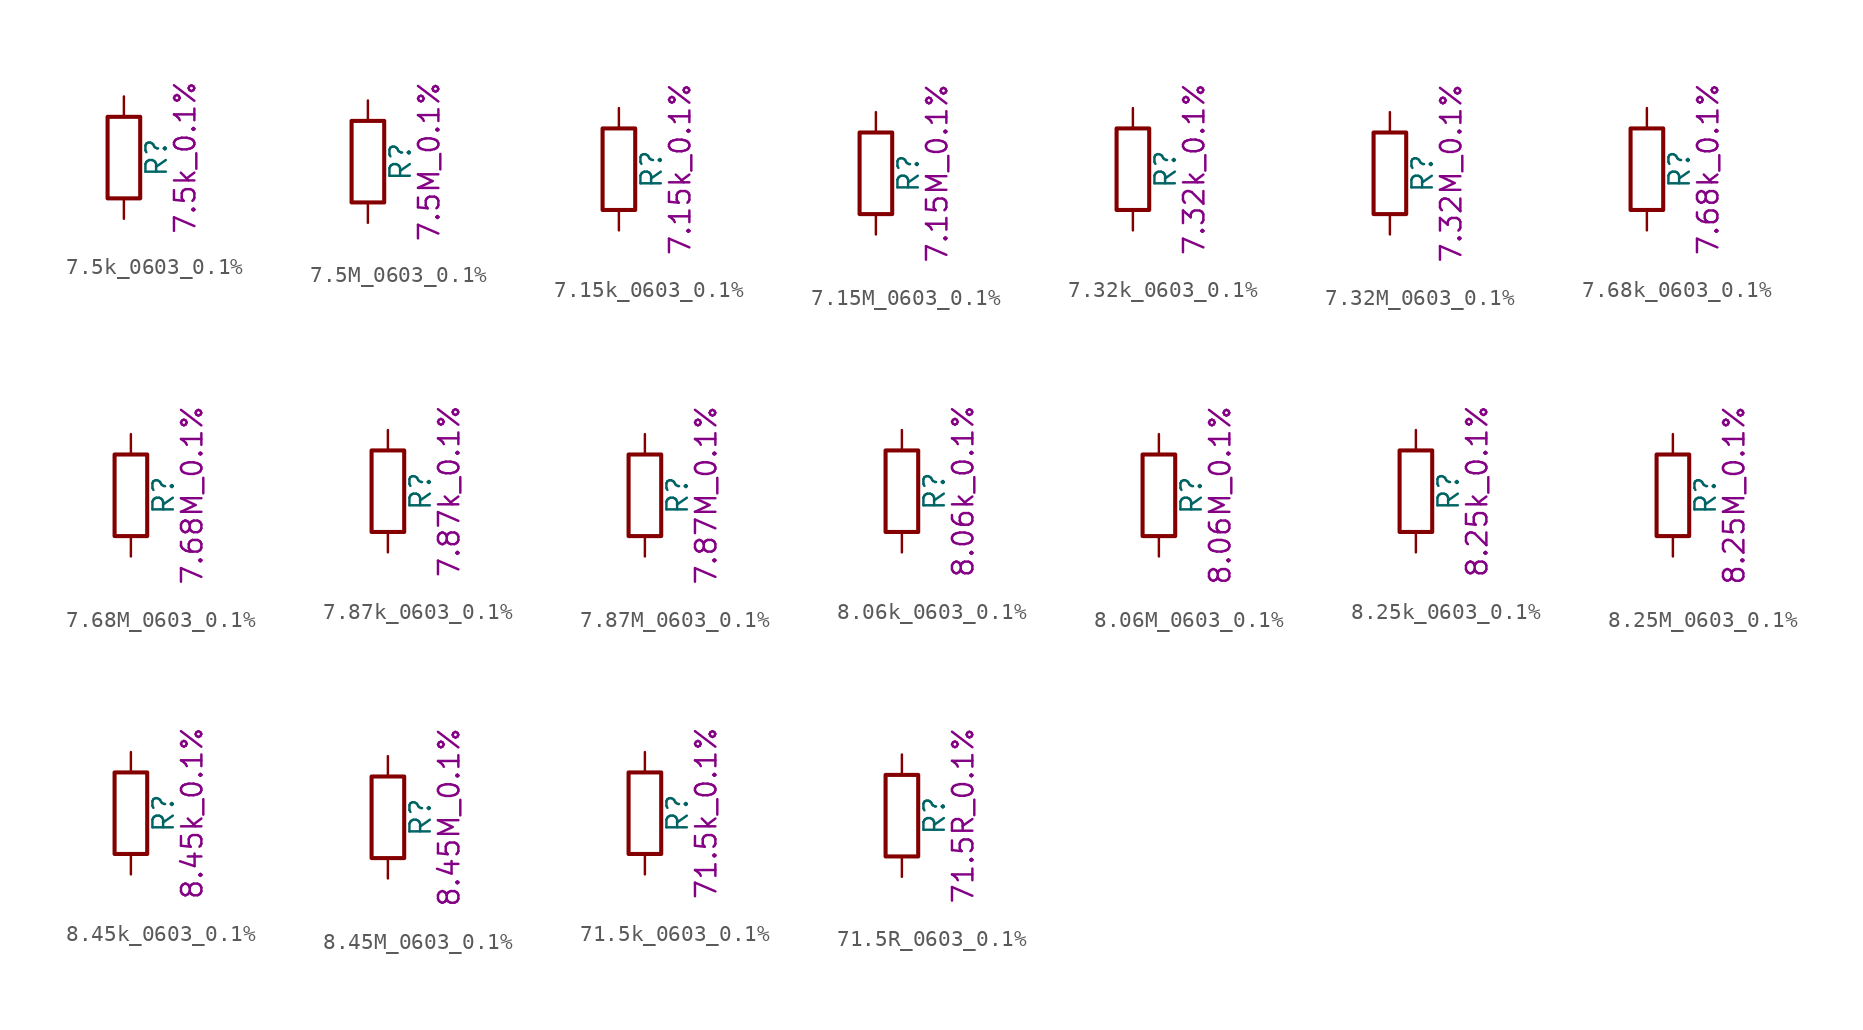
<source format=kicad_sym>
(kicad_symbol_lib
  (version 20211014)
  (generator kicad_symbol_editor)
  (symbol "7.5k_0603_0.1%"
    (pin_numbers hide)
    (pin_names
      (offset 0))
    (property "Reference" "R"
      (at 2.032 0 90)
      (effects (font (size 1.27 1.27))))
    (property "Display" "7.5k_0.1%"
      (at 3.81 0 90)
      (effects (font (size 1.27 1.27))))
    (symbol "7.5k_0603_0.1%_0_1"
      (rectangle (start -1.016 -2.54) (end 1.016 2.54) (stroke (width 0.254) (type default) (color 0 0 0 0)) (fill (type none))))
    (symbol "7.5k_0603_0.1%_1_1"
      (pin passive line (at 0 3.81 270) (length 1.27) (name "~" (effects (font (size 1.27 1.27)))) (number "1" (effects (font (size 1.27 1.27)))))
      (pin passive line (at 0 -3.81 90) (length 1.27) (name "~" (effects (font (size 1.27 1.27)))) (number "2" (effects (font (size 1.27 1.27)))))))
  (symbol "7.5M_0603_0.1%"
    (pin_numbers hide)
    (pin_names
      (offset 0))
    (property "Reference" "R"
      (at 2.032 0 90)
      (effects (font (size 1.27 1.27))))
    (property "Display" "7.5M_0.1%"
      (at 3.81 0 90)
      (effects (font (size 1.27 1.27))))
    (symbol "7.5M_0603_0.1%_0_1"
      (rectangle (start -1.016 -2.54) (end 1.016 2.54) (stroke (width 0.254) (type default) (color 0 0 0 0)) (fill (type none))))
    (symbol "7.5M_0603_0.1%_1_1"
      (pin passive line (at 0 3.81 270) (length 1.27) (name "~" (effects (font (size 1.27 1.27)))) (number "1" (effects (font (size 1.27 1.27)))))
      (pin passive line (at 0 -3.81 90) (length 1.27) (name "~" (effects (font (size 1.27 1.27)))) (number "2" (effects (font (size 1.27 1.27)))))))
  (symbol "7.15k_0603_0.1%"
    (pin_numbers hide)
    (pin_names
      (offset 0))
    (property "Reference" "R"
      (at 2.032 0 90)
      (effects (font (size 1.27 1.27))))
    (property "Display" "7.15k_0.1%"
      (at 3.81 0 90)
      (effects (font (size 1.27 1.27))))
    (symbol "7.15k_0603_0.1%_0_1"
      (rectangle (start -1.016 -2.54) (end 1.016 2.54) (stroke (width 0.254) (type default) (color 0 0 0 0)) (fill (type none))))
    (symbol "7.15k_0603_0.1%_1_1"
      (pin passive line (at 0 3.81 270) (length 1.27) (name "~" (effects (font (size 1.27 1.27)))) (number "1" (effects (font (size 1.27 1.27)))))
      (pin passive line (at 0 -3.81 90) (length 1.27) (name "~" (effects (font (size 1.27 1.27)))) (number "2" (effects (font (size 1.27 1.27)))))))
  (symbol "7.15M_0603_0.1%"
    (pin_numbers hide)
    (pin_names
      (offset 0))
    (property "Reference" "R"
      (at 2.032 0 90)
      (effects (font (size 1.27 1.27))))
    (property "Display" "7.15M_0.1%"
      (at 3.81 0 90)
      (effects (font (size 1.27 1.27))))
    (symbol "7.15M_0603_0.1%_0_1"
      (rectangle (start -1.016 -2.54) (end 1.016 2.54) (stroke (width 0.254) (type default) (color 0 0 0 0)) (fill (type none))))
    (symbol "7.15M_0603_0.1%_1_1"
      (pin passive line (at 0 3.81 270) (length 1.27) (name "~" (effects (font (size 1.27 1.27)))) (number "1" (effects (font (size 1.27 1.27)))))
      (pin passive line (at 0 -3.81 90) (length 1.27) (name "~" (effects (font (size 1.27 1.27)))) (number "2" (effects (font (size 1.27 1.27)))))))
  (symbol "7.32k_0603_0.1%"
    (pin_numbers hide)
    (pin_names
      (offset 0))
    (property "Reference" "R"
      (at 2.032 0 90)
      (effects (font (size 1.27 1.27))))
    (property "Display" "7.32k_0.1%"
      (at 3.81 0 90)
      (effects (font (size 1.27 1.27))))
    (symbol "7.32k_0603_0.1%_0_1"
      (rectangle (start -1.016 -2.54) (end 1.016 2.54) (stroke (width 0.254) (type default) (color 0 0 0 0)) (fill (type none))))
    (symbol "7.32k_0603_0.1%_1_1"
      (pin passive line (at 0 3.81 270) (length 1.27) (name "~" (effects (font (size 1.27 1.27)))) (number "1" (effects (font (size 1.27 1.27)))))
      (pin passive line (at 0 -3.81 90) (length 1.27) (name "~" (effects (font (size 1.27 1.27)))) (number "2" (effects (font (size 1.27 1.27)))))))
  (symbol "7.32M_0603_0.1%"
    (pin_numbers hide)
    (pin_names
      (offset 0))
    (property "Reference" "R"
      (at 2.032 0 90)
      (effects (font (size 1.27 1.27))))
    (property "Display" "7.32M_0.1%"
      (at 3.81 0 90)
      (effects (font (size 1.27 1.27))))
    (symbol "7.32M_0603_0.1%_0_1"
      (rectangle (start -1.016 -2.54) (end 1.016 2.54) (stroke (width 0.254) (type default) (color 0 0 0 0)) (fill (type none))))
    (symbol "7.32M_0603_0.1%_1_1"
      (pin passive line (at 0 3.81 270) (length 1.27) (name "~" (effects (font (size 1.27 1.27)))) (number "1" (effects (font (size 1.27 1.27)))))
      (pin passive line (at 0 -3.81 90) (length 1.27) (name "~" (effects (font (size 1.27 1.27)))) (number "2" (effects (font (size 1.27 1.27)))))))
  (symbol "7.68k_0603_0.1%"
    (pin_numbers hide)
    (pin_names
      (offset 0))
    (property "Reference" "R"
      (at 2.032 0 90)
      (effects (font (size 1.27 1.27))))
    (property "Display" "7.68k_0.1%"
      (at 3.81 0 90)
      (effects (font (size 1.27 1.27))))
    (symbol "7.68k_0603_0.1%_0_1"
      (rectangle (start -1.016 -2.54) (end 1.016 2.54) (stroke (width 0.254) (type default) (color 0 0 0 0)) (fill (type none))))
    (symbol "7.68k_0603_0.1%_1_1"
      (pin passive line (at 0 3.81 270) (length 1.27) (name "~" (effects (font (size 1.27 1.27)))) (number "1" (effects (font (size 1.27 1.27)))))
      (pin passive line (at 0 -3.81 90) (length 1.27) (name "~" (effects (font (size 1.27 1.27)))) (number "2" (effects (font (size 1.27 1.27)))))))
  (symbol "7.68M_0603_0.1%"
    (pin_numbers hide)
    (pin_names
      (offset 0))
    (property "Reference" "R"
      (at 2.032 0 90)
      (effects (font (size 1.27 1.27))))
    (property "Display" "7.68M_0.1%"
      (at 3.81 0 90)
      (effects (font (size 1.27 1.27))))
    (symbol "7.68M_0603_0.1%_0_1"
      (rectangle (start -1.016 -2.54) (end 1.016 2.54) (stroke (width 0.254) (type default) (color 0 0 0 0)) (fill (type none))))
    (symbol "7.68M_0603_0.1%_1_1"
      (pin passive line (at 0 3.81 270) (length 1.27) (name "~" (effects (font (size 1.27 1.27)))) (number "1" (effects (font (size 1.27 1.27)))))
      (pin passive line (at 0 -3.81 90) (length 1.27) (name "~" (effects (font (size 1.27 1.27)))) (number "2" (effects (font (size 1.27 1.27)))))))
  (symbol "7.87k_0603_0.1%"
    (pin_numbers hide)
    (pin_names
      (offset 0))
    (property "Reference" "R"
      (at 2.032 0 90)
      (effects (font (size 1.27 1.27))))
    (property "Display" "7.87k_0.1%"
      (at 3.81 0 90)
      (effects (font (size 1.27 1.27))))
    (symbol "7.87k_0603_0.1%_0_1"
      (rectangle (start -1.016 -2.54) (end 1.016 2.54) (stroke (width 0.254) (type default) (color 0 0 0 0)) (fill (type none))))
    (symbol "7.87k_0603_0.1%_1_1"
      (pin passive line (at 0 3.81 270) (length 1.27) (name "~" (effects (font (size 1.27 1.27)))) (number "1" (effects (font (size 1.27 1.27)))))
      (pin passive line (at 0 -3.81 90) (length 1.27) (name "~" (effects (font (size 1.27 1.27)))) (number "2" (effects (font (size 1.27 1.27)))))))
  (symbol "7.87M_0603_0.1%"
    (pin_numbers hide)
    (pin_names
      (offset 0))
    (property "Reference" "R"
      (at 2.032 0 90)
      (effects (font (size 1.27 1.27))))
    (property "Display" "7.87M_0.1%"
      (at 3.81 0 90)
      (effects (font (size 1.27 1.27))))
    (symbol "7.87M_0603_0.1%_0_1"
      (rectangle (start -1.016 -2.54) (end 1.016 2.54) (stroke (width 0.254) (type default) (color 0 0 0 0)) (fill (type none))))
    (symbol "7.87M_0603_0.1%_1_1"
      (pin passive line (at 0 3.81 270) (length 1.27) (name "~" (effects (font (size 1.27 1.27)))) (number "1" (effects (font (size 1.27 1.27)))))
      (pin passive line (at 0 -3.81 90) (length 1.27) (name "~" (effects (font (size 1.27 1.27)))) (number "2" (effects (font (size 1.27 1.27)))))))
  (symbol "8.06k_0603_0.1%"
    (pin_numbers hide)
    (pin_names
      (offset 0))
    (property "Reference" "R"
      (at 2.032 0 90)
      (effects (font (size 1.27 1.27))))
    (property "Display" "8.06k_0.1%"
      (at 3.81 0 90)
      (effects (font (size 1.27 1.27))))
    (symbol "8.06k_0603_0.1%_0_1"
      (rectangle (start -1.016 -2.54) (end 1.016 2.54) (stroke (width 0.254) (type default) (color 0 0 0 0)) (fill (type none))))
    (symbol "8.06k_0603_0.1%_1_1"
      (pin passive line (at 0 3.81 270) (length 1.27) (name "~" (effects (font (size 1.27 1.27)))) (number "1" (effects (font (size 1.27 1.27)))))
      (pin passive line (at 0 -3.81 90) (length 1.27) (name "~" (effects (font (size 1.27 1.27)))) (number "2" (effects (font (size 1.27 1.27)))))))
  (symbol "8.06M_0603_0.1%"
    (pin_numbers hide)
    (pin_names
      (offset 0))
    (property "Reference" "R"
      (at 2.032 0 90)
      (effects (font (size 1.27 1.27))))
    (property "Display" "8.06M_0.1%"
      (at 3.81 0 90)
      (effects (font (size 1.27 1.27))))
    (symbol "8.06M_0603_0.1%_0_1"
      (rectangle (start -1.016 -2.54) (end 1.016 2.54) (stroke (width 0.254) (type default) (color 0 0 0 0)) (fill (type none))))
    (symbol "8.06M_0603_0.1%_1_1"
      (pin passive line (at 0 3.81 270) (length 1.27) (name "~" (effects (font (size 1.27 1.27)))) (number "1" (effects (font (size 1.27 1.27)))))
      (pin passive line (at 0 -3.81 90) (length 1.27) (name "~" (effects (font (size 1.27 1.27)))) (number "2" (effects (font (size 1.27 1.27)))))))
  (symbol "8.25k_0603_0.1%"
    (pin_numbers hide)
    (pin_names
      (offset 0))
    (property "Reference" "R"
      (at 2.032 0 90)
      (effects (font (size 1.27 1.27))))
    (property "Display" "8.25k_0.1%"
      (at 3.81 0 90)
      (effects (font (size 1.27 1.27))))
    (symbol "8.25k_0603_0.1%_0_1"
      (rectangle (start -1.016 -2.54) (end 1.016 2.54) (stroke (width 0.254) (type default) (color 0 0 0 0)) (fill (type none))))
    (symbol "8.25k_0603_0.1%_1_1"
      (pin passive line (at 0 3.81 270) (length 1.27) (name "~" (effects (font (size 1.27 1.27)))) (number "1" (effects (font (size 1.27 1.27)))))
      (pin passive line (at 0 -3.81 90) (length 1.27) (name "~" (effects (font (size 1.27 1.27)))) (number "2" (effects (font (size 1.27 1.27)))))))
  (symbol "8.25M_0603_0.1%"
    (pin_numbers hide)
    (pin_names
      (offset 0))
    (property "Reference" "R"
      (at 2.032 0 90)
      (effects (font (size 1.27 1.27))))
    (property "Display" "8.25M_0.1%"
      (at 3.81 0 90)
      (effects (font (size 1.27 1.27))))
    (symbol "8.25M_0603_0.1%_0_1"
      (rectangle (start -1.016 -2.54) (end 1.016 2.54) (stroke (width 0.254) (type default) (color 0 0 0 0)) (fill (type none))))
    (symbol "8.25M_0603_0.1%_1_1"
      (pin passive line (at 0 3.81 270) (length 1.27) (name "~" (effects (font (size 1.27 1.27)))) (number "1" (effects (font (size 1.27 1.27)))))
      (pin passive line (at 0 -3.81 90) (length 1.27) (name "~" (effects (font (size 1.27 1.27)))) (number "2" (effects (font (size 1.27 1.27)))))))
  (symbol "8.45k_0603_0.1%"
    (pin_numbers hide)
    (pin_names
      (offset 0))
    (property "Reference" "R"
      (at 2.032 0 90)
      (effects (font (size 1.27 1.27))))
    (property "Display" "8.45k_0.1%"
      (at 3.81 0 90)
      (effects (font (size 1.27 1.27))))
    (symbol "8.45k_0603_0.1%_0_1"
      (rectangle (start -1.016 -2.54) (end 1.016 2.54) (stroke (width 0.254) (type default) (color 0 0 0 0)) (fill (type none))))
    (symbol "8.45k_0603_0.1%_1_1"
      (pin passive line (at 0 3.81 270) (length 1.27) (name "~" (effects (font (size 1.27 1.27)))) (number "1" (effects (font (size 1.27 1.27)))))
      (pin passive line (at 0 -3.81 90) (length 1.27) (name "~" (effects (font (size 1.27 1.27)))) (number "2" (effects (font (size 1.27 1.27)))))))
  (symbol "8.45M_0603_0.1%"
    (pin_numbers hide)
    (pin_names
      (offset 0))
    (property "Reference" "R"
      (at 2.032 0 90)
      (effects (font (size 1.27 1.27))))
    (property "Display" "8.45M_0.1%"
      (at 3.81 0 90)
      (effects (font (size 1.27 1.27))))
    (symbol "8.45M_0603_0.1%_0_1"
      (rectangle (start -1.016 -2.54) (end 1.016 2.54) (stroke (width 0.254) (type default) (color 0 0 0 0)) (fill (type none))))
    (symbol "8.45M_0603_0.1%_1_1"
      (pin passive line (at 0 3.81 270) (length 1.27) (name "~" (effects (font (size 1.27 1.27)))) (number "1" (effects (font (size 1.27 1.27)))))
      (pin passive line (at 0 -3.81 90) (length 1.27) (name "~" (effects (font (size 1.27 1.27)))) (number "2" (effects (font (size 1.27 1.27)))))))
  (symbol "71.5k_0603_0.1%"
    (pin_numbers hide)
    (pin_names
      (offset 0))
    (property "Reference" "R"
      (at 2.032 0 90)
      (effects (font (size 1.27 1.27))))
    (property "Display" "71.5k_0.1%"
      (at 3.81 0 90)
      (effects (font (size 1.27 1.27))))
    (symbol "71.5k_0603_0.1%_0_1"
      (rectangle (start -1.016 -2.54) (end 1.016 2.54) (stroke (width 0.254) (type default) (color 0 0 0 0)) (fill (type none))))
    (symbol "71.5k_0603_0.1%_1_1"
      (pin passive line (at 0 3.81 270) (length 1.27) (name "~" (effects (font (size 1.27 1.27)))) (number "1" (effects (font (size 1.27 1.27)))))
      (pin passive line (at 0 -3.81 90) (length 1.27) (name "~" (effects (font (size 1.27 1.27)))) (number "2" (effects (font (size 1.27 1.27)))))))
  (symbol "71.5R_0603_0.1%"
    (pin_numbers hide)
    (pin_names
      (offset 0))
    (property "Reference" "R"
      (at 2.032 0 90)
      (effects (font (size 1.27 1.27))))
    (property "Display" "71.5R_0.1%"
      (at 3.81 0 90)
      (effects (font (size 1.27 1.27))))
    (symbol "71.5R_0603_0.1%_0_1"
      (rectangle (start -1.016 -2.54) (end 1.016 2.54) (stroke (width 0.254) (type default) (color 0 0 0 0)) (fill (type none))))
    (symbol "71.5R_0603_0.1%_1_1"
      (pin passive line (at 0 3.81 270) (length 1.27) (name "~" (effects (font (size 1.27 1.27)))) (number "1" (effects (font (size 1.27 1.27)))))
      (pin passive line (at 0 -3.81 90) (length 1.27) (name "~" (effects (font (size 1.27 1.27)))) (number "2" (effects (font (size 1.27 1.27))))))))
</source>
